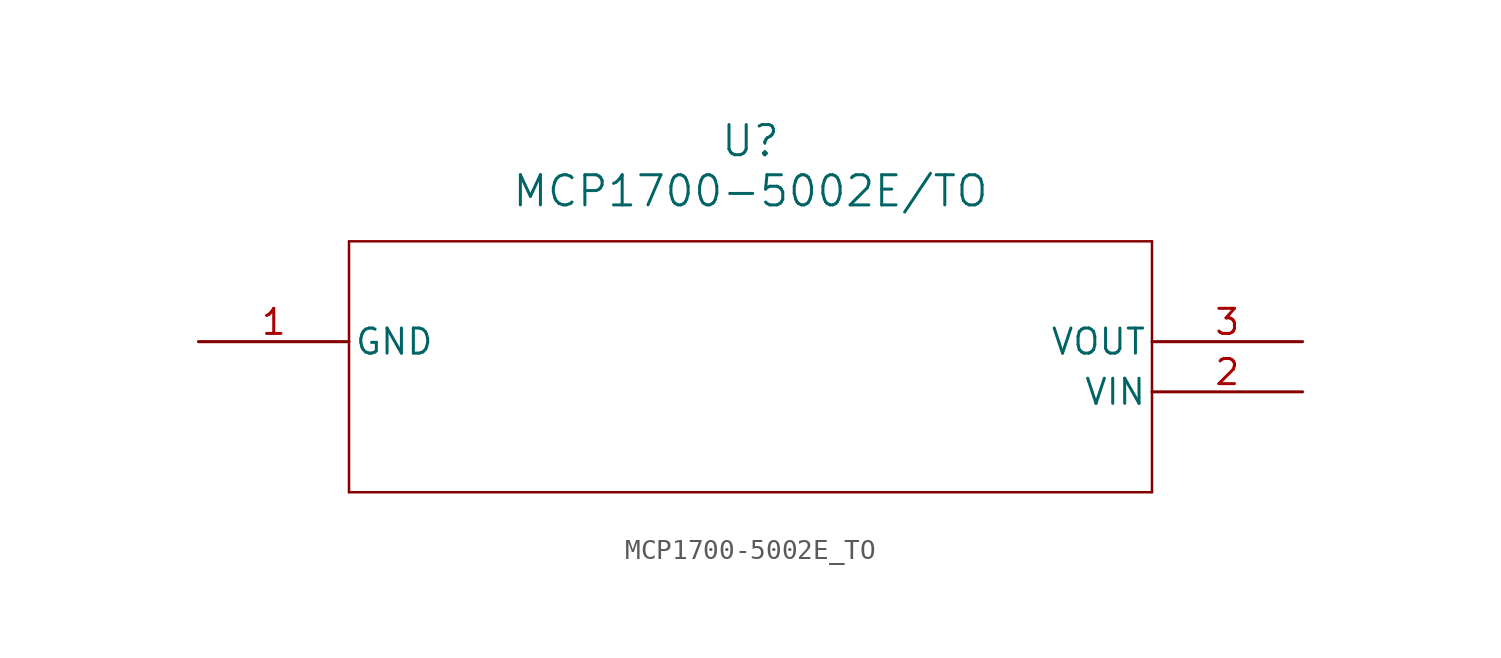
<source format=kicad_sym>
(kicad_symbol_lib
  (version 20211014)
  (generator kicad_symbol_editor)
  (symbol "MCP1700-5002E_TO"
    (pin_names
      (offset 0.254))
    (property "Reference" "U"
      (at 27.94 10.16 0)
      (effects (font (size 1.524 1.524))))
    (property "Value" "MCP1700-5002E/TO"
      (at 27.94 7.62 0)
      (effects (font (size 1.524 1.524))))
    (symbol "MCP1700-5002E_TO_0_1"
      (polyline (pts (xy 7.62 5.08) (xy 7.62 -7.62)) (stroke (width 0.127) (type default) (color 0 0 0 0)) (fill (type none)))
      (polyline (pts (xy 7.62 -7.62) (xy 48.26 -7.62)) (stroke (width 0.127) (type default) (color 0 0 0 0)) (fill (type none)))
      (polyline (pts (xy 48.26 -7.62) (xy 48.26 5.08)) (stroke (width 0.127) (type default) (color 0 0 0 0)) (fill (type none)))
      (polyline (pts (xy 48.26 5.08) (xy 7.62 5.08)) (stroke (width 0.127) (type default) (color 0 0 0 0)) (fill (type none)))
      (pin unspecified line (at 0 0 0) (length 7.62) (name "GND" (effects (font (size 1.27 1.27)))) (number "1" (effects (font (size 1.27 1.27)))))
      (pin unspecified line (at 55.88 -2.54 180) (length 7.62) (name "VIN" (effects (font (size 1.27 1.27)))) (number "2" (effects (font (size 1.27 1.27)))))
      (pin unspecified line (at 55.88 0 180) (length 7.62) (name "VOUT" (effects (font (size 1.27 1.27)))) (number "3" (effects (font (size 1.27 1.27))))))))
</source>
